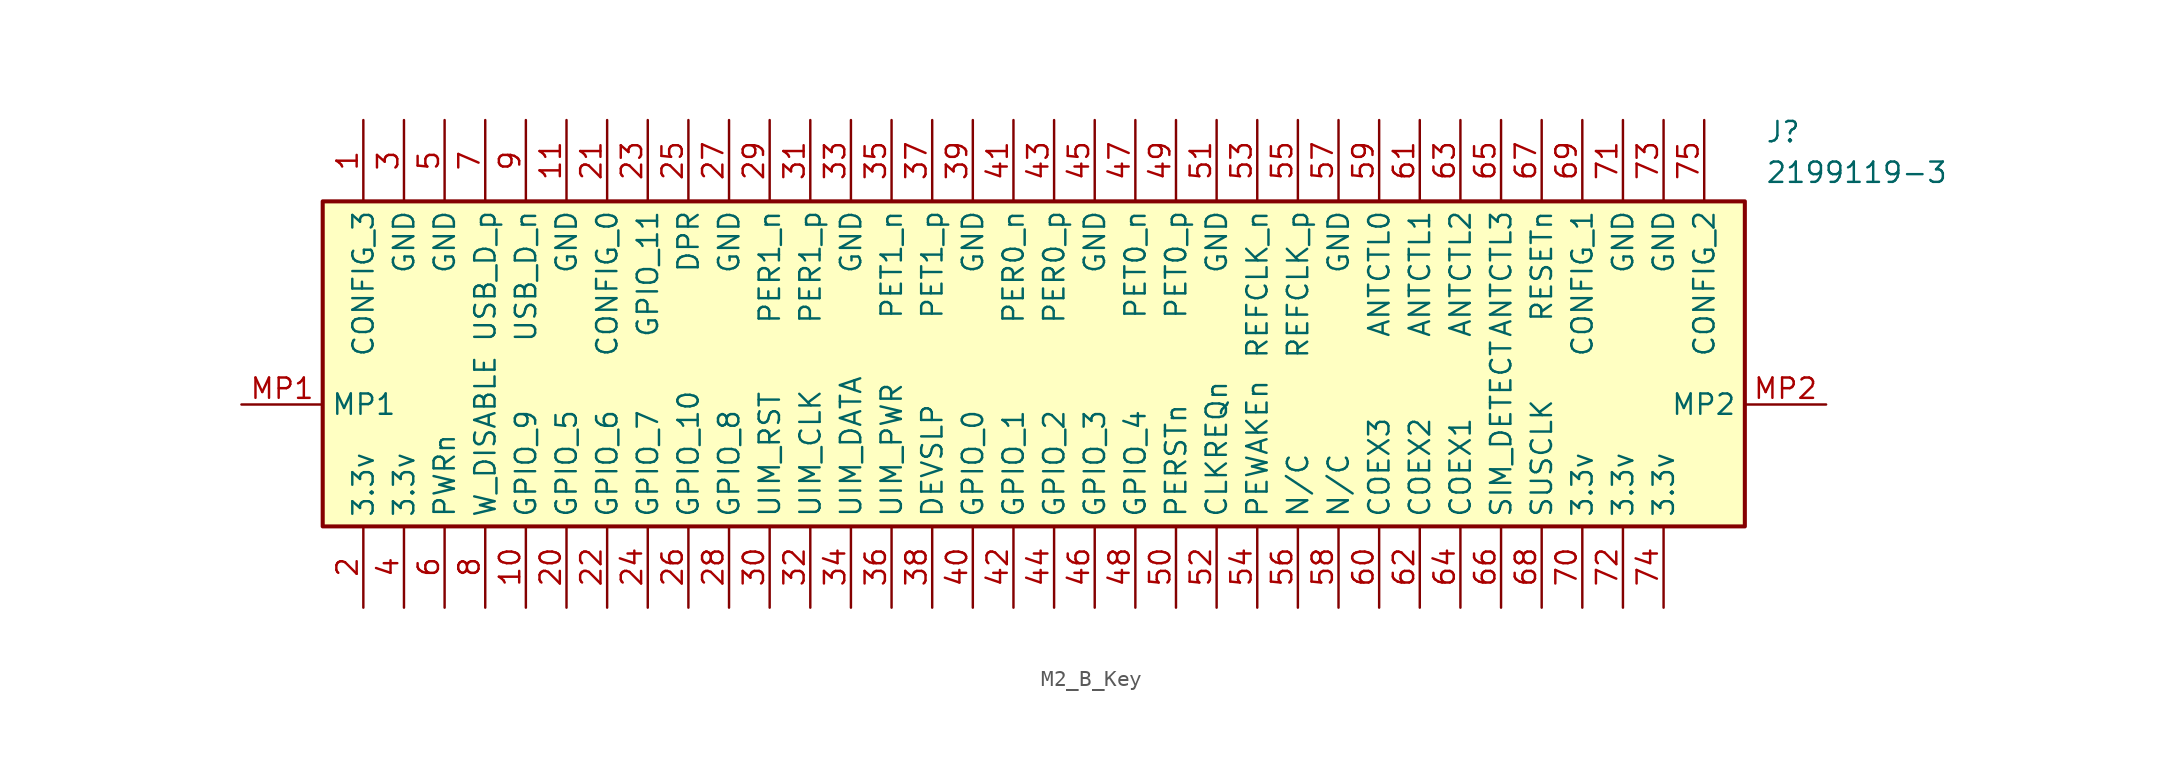
<source format=kicad_sym>
(kicad_symbol_lib
  (version 20231120)
  (generator "kicad_symbol_editor")
  (generator_version "8.0")
  (symbol "M2_B_Key"
    (property "Reference" "J"
      (at 95.25 12.7 0)
      (effects (font (size 1.27 1.27)) (justify left top)))
    (property "Value" "2199119-3"
      (at 95.25 10.16 0)
      (effects (font (size 1.27 1.27)) (justify left top)))
    (symbol "M2_B_Key_1_1"
      (rectangle (start 5.08 7.62) (end 93.98 -12.7) (stroke (width 0.254) (type default)) (fill (type background)))
      (pin passive line (at 7.62 12.7 270) (length 5.08) (name "CONFIG_3" (effects (font (size 1.27 1.27)))) (number "1" (effects (font (size 1.27 1.27)))))
      (pin passive line (at 17.78 -17.78 90) (length 5.08) (name "GPIO_9" (effects (font (size 1.27 1.27)))) (number "10" (effects (font (size 1.27 1.27)))))
      (pin passive line (at 20.32 12.7 270) (length 5.08) (name "GND" (effects (font (size 1.27 1.27)))) (number "11" (effects (font (size 1.27 1.27)))))
      (pin passive line (at 7.62 -17.78 90) (length 5.08) (name "3.3v" (effects (font (size 1.27 1.27)))) (number "2" (effects (font (size 1.27 1.27)))))
      (pin passive line (at 20.32 -17.78 90) (length 5.08) (name "GPIO_5" (effects (font (size 1.27 1.27)))) (number "20" (effects (font (size 1.27 1.27)))))
      (pin passive line (at 22.86 12.7 270) (length 5.08) (name "CONFIG_0" (effects (font (size 1.27 1.27)))) (number "21" (effects (font (size 1.27 1.27)))))
      (pin passive line (at 22.86 -17.78 90) (length 5.08) (name "GPIO_6" (effects (font (size 1.27 1.27)))) (number "22" (effects (font (size 1.27 1.27)))))
      (pin passive line (at 25.4 12.7 270) (length 5.08) (name "GPIO_11" (effects (font (size 1.27 1.27)))) (number "23" (effects (font (size 1.27 1.27)))))
      (pin passive line (at 25.4 -17.78 90) (length 5.08) (name "GPIO_7" (effects (font (size 1.27 1.27)))) (number "24" (effects (font (size 1.27 1.27)))))
      (pin passive line (at 27.94 12.7 270) (length 5.08) (name "DPR" (effects (font (size 1.27 1.27)))) (number "25" (effects (font (size 1.27 1.27)))))
      (pin passive line (at 27.94 -17.78 90) (length 5.08) (name "GPIO_10" (effects (font (size 1.27 1.27)))) (number "26" (effects (font (size 1.27 1.27)))))
      (pin passive line (at 30.48 12.7 270) (length 5.08) (name "GND" (effects (font (size 1.27 1.27)))) (number "27" (effects (font (size 1.27 1.27)))))
      (pin passive line (at 30.48 -17.78 90) (length 5.08) (name "GPIO_8" (effects (font (size 1.27 1.27)))) (number "28" (effects (font (size 1.27 1.27)))))
      (pin passive line (at 33.02 12.7 270) (length 5.08) (name "PER1_n" (effects (font (size 1.27 1.27)))) (number "29" (effects (font (size 1.27 1.27)))))
      (pin passive line (at 10.16 12.7 270) (length 5.08) (name "GND" (effects (font (size 1.27 1.27)))) (number "3" (effects (font (size 1.27 1.27)))))
      (pin passive line (at 33.02 -17.78 90) (length 5.08) (name "UIM_RST" (effects (font (size 1.27 1.27)))) (number "30" (effects (font (size 1.27 1.27)))))
      (pin passive line (at 35.56 12.7 270) (length 5.08) (name "PER1_p" (effects (font (size 1.27 1.27)))) (number "31" (effects (font (size 1.27 1.27)))))
      (pin passive line (at 35.56 -17.78 90) (length 5.08) (name "UIM_CLK" (effects (font (size 1.27 1.27)))) (number "32" (effects (font (size 1.27 1.27)))))
      (pin passive line (at 38.1 12.7 270) (length 5.08) (name "GND" (effects (font (size 1.27 1.27)))) (number "33" (effects (font (size 1.27 1.27)))))
      (pin passive line (at 38.1 -17.78 90) (length 5.08) (name "UIM_DATA" (effects (font (size 1.27 1.27)))) (number "34" (effects (font (size 1.27 1.27)))))
      (pin passive line (at 40.64 12.7 270) (length 5.08) (name "PET1_n" (effects (font (size 1.27 1.27)))) (number "35" (effects (font (size 1.27 1.27)))))
      (pin passive line (at 40.64 -17.78 90) (length 5.08) (name "UIM_PWR" (effects (font (size 1.27 1.27)))) (number "36" (effects (font (size 1.27 1.27)))))
      (pin passive line (at 43.18 12.7 270) (length 5.08) (name "PET1_p" (effects (font (size 1.27 1.27)))) (number "37" (effects (font (size 1.27 1.27)))))
      (pin passive line (at 43.18 -17.78 90) (length 5.08) (name "DEVSLP" (effects (font (size 1.27 1.27)))) (number "38" (effects (font (size 1.27 1.27)))))
      (pin passive line (at 45.72 12.7 270) (length 5.08) (name "GND" (effects (font (size 1.27 1.27)))) (number "39" (effects (font (size 1.27 1.27)))))
      (pin passive line (at 10.16 -17.78 90) (length 5.08) (name "3.3v" (effects (font (size 1.27 1.27)))) (number "4" (effects (font (size 1.27 1.27)))))
      (pin passive line (at 45.72 -17.78 90) (length 5.08) (name "GPIO_0" (effects (font (size 1.27 1.27)))) (number "40" (effects (font (size 1.27 1.27)))))
      (pin passive line (at 48.26 12.7 270) (length 5.08) (name "PER0_n" (effects (font (size 1.27 1.27)))) (number "41" (effects (font (size 1.27 1.27)))))
      (pin passive line (at 48.26 -17.78 90) (length 5.08) (name "GPIO_1" (effects (font (size 1.27 1.27)))) (number "42" (effects (font (size 1.27 1.27)))))
      (pin passive line (at 50.8 12.7 270) (length 5.08) (name "PER0_p" (effects (font (size 1.27 1.27)))) (number "43" (effects (font (size 1.27 1.27)))))
      (pin passive line (at 50.8 -17.78 90) (length 5.08) (name "GPIO_2" (effects (font (size 1.27 1.27)))) (number "44" (effects (font (size 1.27 1.27)))))
      (pin passive line (at 53.34 12.7 270) (length 5.08) (name "GND" (effects (font (size 1.27 1.27)))) (number "45" (effects (font (size 1.27 1.27)))))
      (pin passive line (at 53.34 -17.78 90) (length 5.08) (name "GPIO_3" (effects (font (size 1.27 1.27)))) (number "46" (effects (font (size 1.27 1.27)))))
      (pin passive line (at 55.88 12.7 270) (length 5.08) (name "PET0_n" (effects (font (size 1.27 1.27)))) (number "47" (effects (font (size 1.27 1.27)))))
      (pin passive line (at 55.88 -17.78 90) (length 5.08) (name "GPIO_4" (effects (font (size 1.27 1.27)))) (number "48" (effects (font (size 1.27 1.27)))))
      (pin passive line (at 58.42 12.7 270) (length 5.08) (name "PET0_p" (effects (font (size 1.27 1.27)))) (number "49" (effects (font (size 1.27 1.27)))))
      (pin passive line (at 12.7 12.7 270) (length 5.08) (name "GND" (effects (font (size 1.27 1.27)))) (number "5" (effects (font (size 1.27 1.27)))))
      (pin passive line (at 58.42 -17.78 90) (length 5.08) (name "PERSTn" (effects (font (size 1.27 1.27)))) (number "50" (effects (font (size 1.27 1.27)))))
      (pin passive line (at 60.96 12.7 270) (length 5.08) (name "GND" (effects (font (size 1.27 1.27)))) (number "51" (effects (font (size 1.27 1.27)))))
      (pin passive line (at 60.96 -17.78 90) (length 5.08) (name "CLKREQn" (effects (font (size 1.27 1.27)))) (number "52" (effects (font (size 1.27 1.27)))))
      (pin passive line (at 63.5 12.7 270) (length 5.08) (name "REFCLK_n" (effects (font (size 1.27 1.27)))) (number "53" (effects (font (size 1.27 1.27)))))
      (pin passive line (at 63.5 -17.78 90) (length 5.08) (name "PEWAKEn" (effects (font (size 1.27 1.27)))) (number "54" (effects (font (size 1.27 1.27)))))
      (pin passive line (at 66.04 12.7 270) (length 5.08) (name "REFCLK_p" (effects (font (size 1.27 1.27)))) (number "55" (effects (font (size 1.27 1.27)))))
      (pin passive line (at 66.04 -17.78 90) (length 5.08) (name "N/C" (effects (font (size 1.27 1.27)))) (number "56" (effects (font (size 1.27 1.27)))))
      (pin passive line (at 68.58 12.7 270) (length 5.08) (name "GND" (effects (font (size 1.27 1.27)))) (number "57" (effects (font (size 1.27 1.27)))))
      (pin passive line (at 68.58 -17.78 90) (length 5.08) (name "N/C" (effects (font (size 1.27 1.27)))) (number "58" (effects (font (size 1.27 1.27)))))
      (pin passive line (at 71.12 12.7 270) (length 5.08) (name "ANTCTL0" (effects (font (size 1.27 1.27)))) (number "59" (effects (font (size 1.27 1.27)))))
      (pin passive line (at 12.7 -17.78 90) (length 5.08) (name "PWRn" (effects (font (size 1.27 1.27)))) (number "6" (effects (font (size 1.27 1.27)))))
      (pin passive line (at 71.12 -17.78 90) (length 5.08) (name "COEX3" (effects (font (size 1.27 1.27)))) (number "60" (effects (font (size 1.27 1.27)))))
      (pin passive line (at 73.66 12.7 270) (length 5.08) (name "ANTCTL1" (effects (font (size 1.27 1.27)))) (number "61" (effects (font (size 1.27 1.27)))))
      (pin passive line (at 73.66 -17.78 90) (length 5.08) (name "COEX2" (effects (font (size 1.27 1.27)))) (number "62" (effects (font (size 1.27 1.27)))))
      (pin passive line (at 76.2 12.7 270) (length 5.08) (name "ANTCTL2" (effects (font (size 1.27 1.27)))) (number "63" (effects (font (size 1.27 1.27)))))
      (pin passive line (at 76.2 -17.78 90) (length 5.08) (name "COEX1" (effects (font (size 1.27 1.27)))) (number "64" (effects (font (size 1.27 1.27)))))
      (pin passive line (at 78.74 12.7 270) (length 5.08) (name "ANTCTL3" (effects (font (size 1.27 1.27)))) (number "65" (effects (font (size 1.27 1.27)))))
      (pin passive line (at 78.74 -17.78 90) (length 5.08) (name "SIM_DETECT" (effects (font (size 1.27 1.27)))) (number "66" (effects (font (size 1.27 1.27)))))
      (pin passive line (at 81.28 12.7 270) (length 5.08) (name "RESETn" (effects (font (size 1.27 1.27)))) (number "67" (effects (font (size 1.27 1.27)))))
      (pin passive line (at 81.28 -17.78 90) (length 5.08) (name "SUSCLK" (effects (font (size 1.27 1.27)))) (number "68" (effects (font (size 1.27 1.27)))))
      (pin passive line (at 83.82 12.7 270) (length 5.08) (name "CONFIG_1" (effects (font (size 1.27 1.27)))) (number "69" (effects (font (size 1.27 1.27)))))
      (pin passive line (at 15.24 12.7 270) (length 5.08) (name "USB_D_p" (effects (font (size 1.27 1.27)))) (number "7" (effects (font (size 1.27 1.27)))))
      (pin passive line (at 83.82 -17.78 90) (length 5.08) (name "3.3v" (effects (font (size 1.27 1.27)))) (number "70" (effects (font (size 1.27 1.27)))))
      (pin passive line (at 86.36 12.7 270) (length 5.08) (name "GND" (effects (font (size 1.27 1.27)))) (number "71" (effects (font (size 1.27 1.27)))))
      (pin passive line (at 86.36 -17.78 90) (length 5.08) (name "3.3v" (effects (font (size 1.27 1.27)))) (number "72" (effects (font (size 1.27 1.27)))))
      (pin passive line (at 88.9 12.7 270) (length 5.08) (name "GND" (effects (font (size 1.27 1.27)))) (number "73" (effects (font (size 1.27 1.27)))))
      (pin passive line (at 88.9 -17.78 90) (length 5.08) (name "3.3v" (effects (font (size 1.27 1.27)))) (number "74" (effects (font (size 1.27 1.27)))))
      (pin passive line (at 91.44 12.7 270) (length 5.08) (name "CONFIG_2" (effects (font (size 1.27 1.27)))) (number "75" (effects (font (size 1.27 1.27)))))
      (pin passive line (at 15.24 -17.78 90) (length 5.08) (name "W_DISABLE" (effects (font (size 1.27 1.27)))) (number "8" (effects (font (size 1.27 1.27)))))
      (pin passive line (at 17.78 12.7 270) (length 5.08) (name "USB_D_n" (effects (font (size 1.27 1.27)))) (number "9" (effects (font (size 1.27 1.27)))))
      (pin passive line (at 0 -5.08 0) (length 5.08) (name "MP1" (effects (font (size 1.27 1.27)))) (number "MP1" (effects (font (size 1.27 1.27)))))
      (pin passive line (at 99.06 -5.08 180) (length 5.08) (name "MP2" (effects (font (size 1.27 1.27)))) (number "MP2" (effects (font (size 1.27 1.27))))))))
</source>
